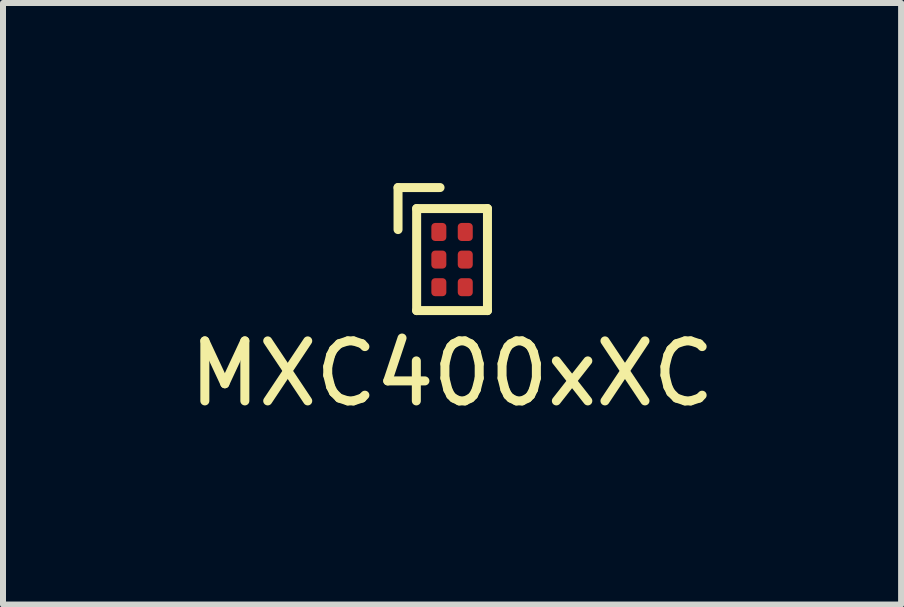
<source format=kicad_pcb>
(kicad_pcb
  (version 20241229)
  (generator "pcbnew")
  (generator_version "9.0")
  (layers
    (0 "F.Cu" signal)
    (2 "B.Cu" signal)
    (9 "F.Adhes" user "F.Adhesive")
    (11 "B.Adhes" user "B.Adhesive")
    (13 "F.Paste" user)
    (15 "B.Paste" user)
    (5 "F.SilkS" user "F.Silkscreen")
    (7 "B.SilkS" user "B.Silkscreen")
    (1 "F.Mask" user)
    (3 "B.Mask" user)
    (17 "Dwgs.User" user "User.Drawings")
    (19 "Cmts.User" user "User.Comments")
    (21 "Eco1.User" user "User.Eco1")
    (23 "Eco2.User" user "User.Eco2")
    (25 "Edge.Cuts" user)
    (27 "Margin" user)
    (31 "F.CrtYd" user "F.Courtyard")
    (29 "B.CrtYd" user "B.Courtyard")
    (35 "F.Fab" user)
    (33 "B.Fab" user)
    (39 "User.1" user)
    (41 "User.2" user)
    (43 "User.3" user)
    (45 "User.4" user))
  (footprint "MXC400xXC"
    (layer "F.Cu")
    (at 4.482 1.275)
    (property "Reference" "MXC400xXC" (at 0 1.9 0) (layer "F.SilkS") (effects (font (size 1 1) (thickness 0.15))))
    (attr through_hole)
    (fp_line (start -0.9 -1.2) (end -0.9 -0.5) (stroke (width 0.15) (type solid)) (layer "F.SilkS"))
    (fp_line (start -0.59 -0.85) (end -0.59 0.85) (stroke (width 0.15) (type solid)) (layer "F.SilkS"))
    (fp_line (start -0.59 -0.85) (end 0.59 -0.85) (stroke (width 0.15) (type solid)) (layer "F.SilkS"))
    (fp_line (start -0.59 0.85) (end 0.59 0.85) (stroke (width 0.15) (type solid)) (layer "F.SilkS"))
    (fp_line (start -0.2 -1.2) (end -0.9 -1.2) (stroke (width 0.15) (type solid)) (layer "F.SilkS"))
    (fp_line (start 0.59 -0.85) (end 0.59 0.85) (stroke (width 0.15) (type solid)) (layer "F.SilkS"))
    (pad "1" smd roundrect (at -0.22 -0.46) (size 0.25 0.3) (layers "F.Cu" "F.Mask" "F.Paste") (roundrect_rratio 0.25))
    (pad "2" smd roundrect (at -0.22 0) (size 0.25 0.3) (layers "F.Cu" "F.Mask" "F.Paste") (roundrect_rratio 0.25))
    (pad "3" smd roundrect (at -0.22 0.46) (size 0.25 0.3) (layers "F.Cu" "F.Mask" "F.Paste") (roundrect_rratio 0.25))
    (pad "4" smd roundrect (at 0.22 0.46) (size 0.25 0.3) (layers "F.Cu" "F.Mask" "F.Paste") (roundrect_rratio 0.25))
    (pad "5" smd roundrect (at 0.22 0) (size 0.25 0.3) (layers "F.Cu" "F.Mask" "F.Paste") (roundrect_rratio 0.25))
    (pad "6" smd roundrect (at 0.22 -0.46) (size 0.25 0.3) (layers "F.Cu" "F.Mask" "F.Paste") (roundrect_rratio 0.25)))
  (gr_rect
    (start -3 -3)
    (end 11.964 7.023)
    (stroke (width 0.1) (type default))
    (fill no)
    (layer "Edge.Cuts")))
</source>
